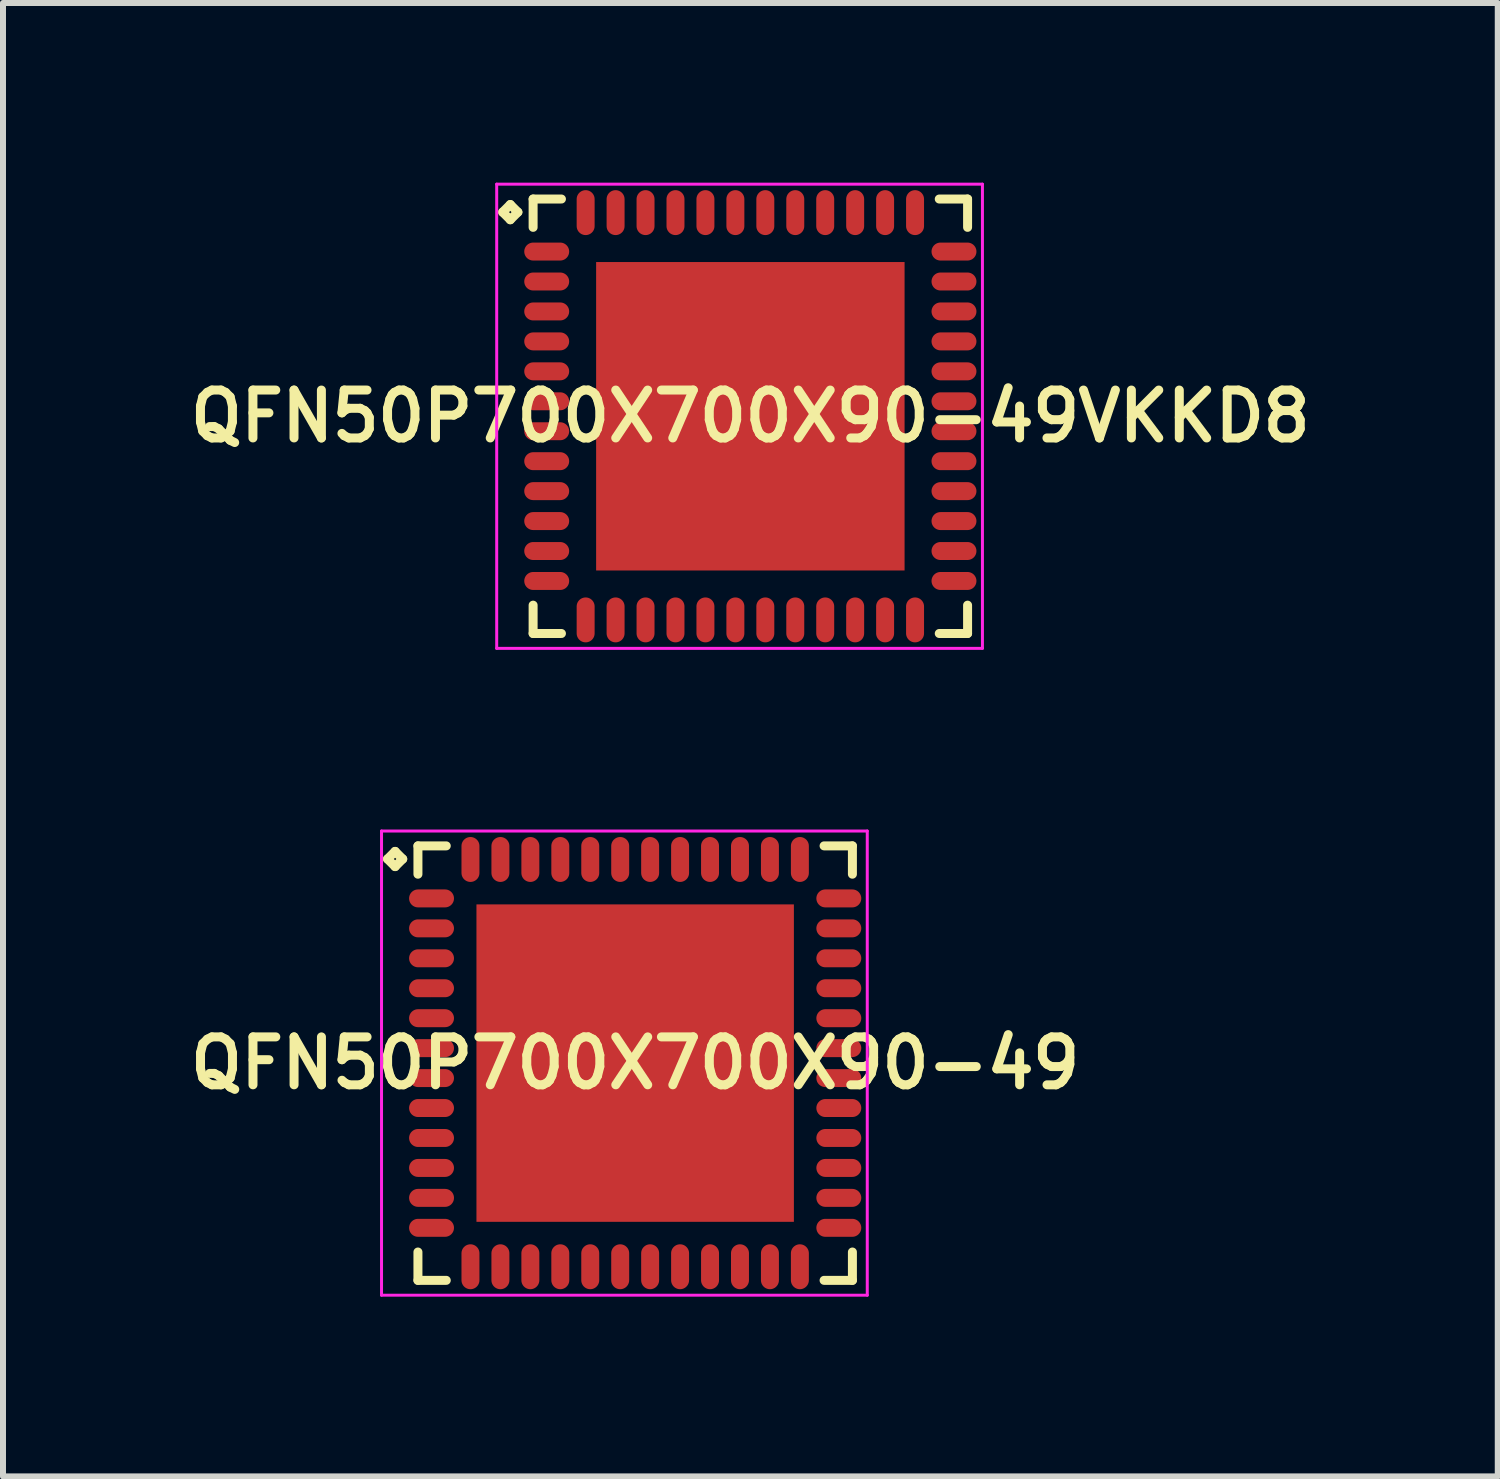
<source format=kicad_pcb>
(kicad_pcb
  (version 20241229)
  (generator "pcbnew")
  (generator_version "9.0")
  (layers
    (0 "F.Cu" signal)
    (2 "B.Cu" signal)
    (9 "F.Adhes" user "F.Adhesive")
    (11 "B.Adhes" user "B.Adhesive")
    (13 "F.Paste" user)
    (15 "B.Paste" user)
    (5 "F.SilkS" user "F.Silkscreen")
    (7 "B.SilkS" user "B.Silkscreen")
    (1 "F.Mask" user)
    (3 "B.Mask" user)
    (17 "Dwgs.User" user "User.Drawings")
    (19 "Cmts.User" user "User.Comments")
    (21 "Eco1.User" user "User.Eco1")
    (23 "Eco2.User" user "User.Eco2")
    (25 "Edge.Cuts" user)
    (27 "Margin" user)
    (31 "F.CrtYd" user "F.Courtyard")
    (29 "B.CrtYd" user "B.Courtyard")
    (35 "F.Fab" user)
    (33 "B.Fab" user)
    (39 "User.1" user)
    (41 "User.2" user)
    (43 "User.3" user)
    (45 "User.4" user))
  (footprint "QFN50P700X700X90-49VKKD8"
    (layer "F.Cu")
    (at 9.478 3.9)
    (property "Reference" "QFN50P700X700X90-49VKKD8" (at 0 0 0) (layer "F.SilkS") (effects (font (size 0.8 0.8) (thickness 0.15))))
    (attr smd)
    (fp_line (start -4.135 -3.408) (end -4.008 -3.535) (stroke (width 0.15) (type solid)) (layer "F.SilkS"))
    (fp_line (start -4.008 -3.535) (end -3.881 -3.408) (stroke (width 0.15) (type solid)) (layer "F.SilkS"))
    (fp_line (start -4.008 -3.281) (end -4.135 -3.408) (stroke (width 0.15) (type solid)) (layer "F.SilkS"))
    (fp_line (start -3.881 -3.408) (end -4.008 -3.281) (stroke (width 0.15) (type solid)) (layer "F.SilkS"))
    (fp_line (start -3.627 -3.627) (end -3.154 -3.627) (stroke (width 0.15) (type solid)) (layer "F.SilkS"))
    (fp_line (start -3.627 -3.154) (end -3.627 -3.627) (stroke (width 0.15) (type solid)) (layer "F.SilkS"))
    (fp_line (start -3.627 3.154) (end -3.627 3.627) (stroke (width 0.15) (type solid)) (layer "F.SilkS"))
    (fp_line (start -3.627 3.627) (end -3.154 3.627) (stroke (width 0.15) (type solid)) (layer "F.SilkS"))
    (fp_line (start 3.154 -3.627) (end 3.627 -3.627) (stroke (width 0.15) (type solid)) (layer "F.SilkS"))
    (fp_line (start 3.154 3.627) (end 3.627 3.627) (stroke (width 0.15) (type solid)) (layer "F.SilkS"))
    (fp_line (start 3.627 -3.627) (end 3.627 -3.154) (stroke (width 0.15) (type solid)) (layer "F.SilkS"))
    (fp_line (start 3.627 3.627) (end 3.627 3.154) (stroke (width 0.15) (type solid)) (layer "F.SilkS"))
    (fp_line (start -4.235 -3.875) (end 3.875 -3.875) (stroke (width 0.05) (type solid)) (layer "F.CrtYd"))
    (fp_line (start -4.235 3.875) (end -4.235 -3.875) (stroke (width 0.05) (type solid)) (layer "F.CrtYd"))
    (fp_line (start 3.875 -3.875) (end 3.875 3.875) (stroke (width 0.05) (type solid)) (layer "F.CrtYd"))
    (fp_line (start 3.875 3.875) (end -4.235 3.875) (stroke (width 0.05) (type solid)) (layer "F.CrtYd"))
    (pad "1" smd oval (at -3.4 -2.75) (size 0.75 0.3) (layers "F.Cu" "F.Mask" "F.Paste"))
    (pad "2" smd oval (at -3.4 -2.25) (size 0.75 0.3) (layers "F.Cu" "F.Mask" "F.Paste"))
    (pad "3" smd oval (at -3.4 -1.75) (size 0.75 0.3) (layers "F.Cu" "F.Mask" "F.Paste"))
    (pad "4" smd oval (at -3.4 -1.25) (size 0.75 0.3) (layers "F.Cu" "F.Mask" "F.Paste"))
    (pad "5" smd oval (at -3.4 -0.75) (size 0.75 0.3) (layers "F.Cu" "F.Mask" "F.Paste"))
    (pad "6" smd oval (at -3.4 -0.25) (size 0.75 0.3) (layers "F.Cu" "F.Mask" "F.Paste"))
    (pad "7" smd oval (at -3.4 0.25) (size 0.75 0.3) (layers "F.Cu" "F.Mask" "F.Paste"))
    (pad "8" smd oval (at -3.4 0.75) (size 0.75 0.3) (layers "F.Cu" "F.Mask" "F.Paste"))
    (pad "9" smd oval (at -3.4 1.25) (size 0.75 0.3) (layers "F.Cu" "F.Mask" "F.Paste"))
    (pad "10" smd oval (at -3.4 1.75) (size 0.75 0.3) (layers "F.Cu" "F.Mask" "F.Paste"))
    (pad "11" smd oval (at -3.4 2.25) (size 0.75 0.3) (layers "F.Cu" "F.Mask" "F.Paste"))
    (pad "12" smd oval (at -3.4 2.75) (size 0.75 0.3) (layers "F.Cu" "F.Mask" "F.Paste"))
    (pad "13" smd oval (at -2.75 3.4) (size 0.3 0.75) (layers "F.Cu" "F.Mask" "F.Paste"))
    (pad "14" smd oval (at -2.25 3.4) (size 0.3 0.75) (layers "F.Cu" "F.Mask" "F.Paste"))
    (pad "15" smd oval (at -1.75 3.4) (size 0.3 0.75) (layers "F.Cu" "F.Mask" "F.Paste"))
    (pad "16" smd oval (at -1.25 3.4) (size 0.3 0.75) (layers "F.Cu" "F.Mask" "F.Paste"))
    (pad "17" smd oval (at -0.75 3.4) (size 0.3 0.75) (layers "F.Cu" "F.Mask" "F.Paste"))
    (pad "18" smd oval (at -0.25 3.4) (size 0.3 0.75) (layers "F.Cu" "F.Mask" "F.Paste"))
    (pad "19" smd oval (at 0.25 3.4) (size 0.3 0.75) (layers "F.Cu" "F.Mask" "F.Paste"))
    (pad "20" smd oval (at 0.75 3.4) (size 0.3 0.75) (layers "F.Cu" "F.Mask" "F.Paste"))
    (pad "21" smd oval (at 1.25 3.4) (size 0.3 0.75) (layers "F.Cu" "F.Mask" "F.Paste"))
    (pad "22" smd oval (at 1.75 3.4) (size 0.3 0.75) (layers "F.Cu" "F.Mask" "F.Paste"))
    (pad "23" smd oval (at 2.25 3.4) (size 0.3 0.75) (layers "F.Cu" "F.Mask" "F.Paste"))
    (pad "24" smd oval (at 2.75 3.4) (size 0.3 0.75) (layers "F.Cu" "F.Mask" "F.Paste"))
    (pad "25" smd oval (at 3.4 2.75) (size 0.75 0.3) (layers "F.Cu" "F.Mask" "F.Paste"))
    (pad "26" smd oval (at 3.4 2.25) (size 0.75 0.3) (layers "F.Cu" "F.Mask" "F.Paste"))
    (pad "27" smd oval (at 3.4 1.75) (size 0.75 0.3) (layers "F.Cu" "F.Mask" "F.Paste"))
    (pad "28" smd oval (at 3.4 1.25) (size 0.75 0.3) (layers "F.Cu" "F.Mask" "F.Paste"))
    (pad "29" smd oval (at 3.4 0.75) (size 0.75 0.3) (layers "F.Cu" "F.Mask" "F.Paste"))
    (pad "30" smd oval (at 3.4 0.25) (size 0.75 0.3) (layers "F.Cu" "F.Mask" "F.Paste"))
    (pad "31" smd oval (at 3.4 -0.25) (size 0.75 0.3) (layers "F.Cu" "F.Mask" "F.Paste"))
    (pad "32" smd oval (at 3.4 -0.75) (size 0.75 0.3) (layers "F.Cu" "F.Mask" "F.Paste"))
    (pad "33" smd oval (at 3.4 -1.25) (size 0.75 0.3) (layers "F.Cu" "F.Mask" "F.Paste"))
    (pad "34" smd oval (at 3.4 -1.75) (size 0.75 0.3) (layers "F.Cu" "F.Mask" "F.Paste"))
    (pad "35" smd oval (at 3.4 -2.25) (size 0.75 0.3) (layers "F.Cu" "F.Mask" "F.Paste"))
    (pad "36" smd oval (at 3.4 -2.75) (size 0.75 0.3) (layers "F.Cu" "F.Mask" "F.Paste"))
    (pad "37" smd oval (at 2.75 -3.4) (size 0.3 0.75) (layers "F.Cu" "F.Mask" "F.Paste"))
    (pad "38" smd oval (at 2.25 -3.4) (size 0.3 0.75) (layers "F.Cu" "F.Mask" "F.Paste"))
    (pad "39" smd oval (at 1.75 -3.4) (size 0.3 0.75) (layers "F.Cu" "F.Mask" "F.Paste"))
    (pad "40" smd oval (at 1.25 -3.4) (size 0.3 0.75) (layers "F.Cu" "F.Mask" "F.Paste"))
    (pad "41" smd oval (at 0.75 -3.4) (size 0.3 0.75) (layers "F.Cu" "F.Mask" "F.Paste"))
    (pad "42" smd oval (at 0.25 -3.4) (size 0.3 0.75) (layers "F.Cu" "F.Mask" "F.Paste"))
    (pad "43" smd oval (at -0.25 -3.4) (size 0.3 0.75) (layers "F.Cu" "F.Mask" "F.Paste"))
    (pad "44" smd oval (at -0.75 -3.4) (size 0.3 0.75) (layers "F.Cu" "F.Mask" "F.Paste"))
    (pad "45" smd oval (at -1.25 -3.4) (size 0.3 0.75) (layers "F.Cu" "F.Mask" "F.Paste"))
    (pad "46" smd oval (at -1.75 -3.4) (size 0.3 0.75) (layers "F.Cu" "F.Mask" "F.Paste"))
    (pad "47" smd oval (at -2.25 -3.4) (size 0.3 0.75) (layers "F.Cu" "F.Mask" "F.Paste"))
    (pad "48" smd oval (at -2.75 -3.4) (size 0.3 0.75) (layers "F.Cu" "F.Mask" "F.Paste"))
    (pad "49" smd rect (at 0 0) (size 5.15 5.15) (layers "F.Cu" "F.Mask" "F.Paste")))
  (footprint "QFN50P700X700X90-49"
    (layer "F.Cu")
    (at 7.555 14.7)
    (property "Reference" "QFN50P700X700X90-49" (at 0 0 0) (layer "F.SilkS") (effects (font (size 0.8 0.8) (thickness 0.15))))
    (attr smd)
    (fp_line (start -4.135 -3.408) (end -4.008 -3.535) (stroke (width 0.15) (type solid)) (layer "F.SilkS"))
    (fp_line (start -4.008 -3.535) (end -3.881 -3.408) (stroke (width 0.15) (type solid)) (layer "F.SilkS"))
    (fp_line (start -4.008 -3.281) (end -4.135 -3.408) (stroke (width 0.15) (type solid)) (layer "F.SilkS"))
    (fp_line (start -3.881 -3.408) (end -4.008 -3.281) (stroke (width 0.15) (type solid)) (layer "F.SilkS"))
    (fp_line (start -3.627 -3.627) (end -3.154 -3.627) (stroke (width 0.15) (type solid)) (layer "F.SilkS"))
    (fp_line (start -3.627 -3.154) (end -3.627 -3.627) (stroke (width 0.15) (type solid)) (layer "F.SilkS"))
    (fp_line (start -3.627 3.154) (end -3.627 3.627) (stroke (width 0.15) (type solid)) (layer "F.SilkS"))
    (fp_line (start -3.627 3.627) (end -3.154 3.627) (stroke (width 0.15) (type solid)) (layer "F.SilkS"))
    (fp_line (start 3.154 -3.627) (end 3.627 -3.627) (stroke (width 0.15) (type solid)) (layer "F.SilkS"))
    (fp_line (start 3.154 3.627) (end 3.627 3.627) (stroke (width 0.15) (type solid)) (layer "F.SilkS"))
    (fp_line (start 3.627 -3.627) (end 3.627 -3.154) (stroke (width 0.15) (type solid)) (layer "F.SilkS"))
    (fp_line (start 3.627 3.627) (end 3.627 3.154) (stroke (width 0.15) (type solid)) (layer "F.SilkS"))
    (fp_line (start -4.235 -3.875) (end 3.875 -3.875) (stroke (width 0.05) (type solid)) (layer "F.CrtYd"))
    (fp_line (start -4.235 3.875) (end -4.235 -3.875) (stroke (width 0.05) (type solid)) (layer "F.CrtYd"))
    (fp_line (start 3.875 -3.875) (end 3.875 3.875) (stroke (width 0.05) (type solid)) (layer "F.CrtYd"))
    (fp_line (start 3.875 3.875) (end -4.235 3.875) (stroke (width 0.05) (type solid)) (layer "F.CrtYd"))
    (pad "1" smd oval (at -3.4 -2.75) (size 0.75 0.3) (layers "F.Cu" "F.Mask" "F.Paste"))
    (pad "2" smd oval (at -3.4 -2.25) (size 0.75 0.3) (layers "F.Cu" "F.Mask" "F.Paste"))
    (pad "3" smd oval (at -3.4 -1.75) (size 0.75 0.3) (layers "F.Cu" "F.Mask" "F.Paste"))
    (pad "4" smd oval (at -3.4 -1.25) (size 0.75 0.3) (layers "F.Cu" "F.Mask" "F.Paste"))
    (pad "5" smd oval (at -3.4 -0.75) (size 0.75 0.3) (layers "F.Cu" "F.Mask" "F.Paste"))
    (pad "6" smd oval (at -3.4 -0.25) (size 0.75 0.3) (layers "F.Cu" "F.Mask" "F.Paste"))
    (pad "7" smd oval (at -3.4 0.25) (size 0.75 0.3) (layers "F.Cu" "F.Mask" "F.Paste"))
    (pad "8" smd oval (at -3.4 0.75) (size 0.75 0.3) (layers "F.Cu" "F.Mask" "F.Paste"))
    (pad "9" smd oval (at -3.4 1.25) (size 0.75 0.3) (layers "F.Cu" "F.Mask" "F.Paste"))
    (pad "10" smd oval (at -3.4 1.75) (size 0.75 0.3) (layers "F.Cu" "F.Mask" "F.Paste"))
    (pad "11" smd oval (at -3.4 2.25) (size 0.75 0.3) (layers "F.Cu" "F.Mask" "F.Paste"))
    (pad "12" smd oval (at -3.4 2.75) (size 0.75 0.3) (layers "F.Cu" "F.Mask" "F.Paste"))
    (pad "13" smd oval (at -2.75 3.4) (size 0.3 0.75) (layers "F.Cu" "F.Mask" "F.Paste"))
    (pad "14" smd oval (at -2.25 3.4) (size 0.3 0.75) (layers "F.Cu" "F.Mask" "F.Paste"))
    (pad "15" smd oval (at -1.75 3.4) (size 0.3 0.75) (layers "F.Cu" "F.Mask" "F.Paste"))
    (pad "16" smd oval (at -1.25 3.4) (size 0.3 0.75) (layers "F.Cu" "F.Mask" "F.Paste"))
    (pad "17" smd oval (at -0.75 3.4) (size 0.3 0.75) (layers "F.Cu" "F.Mask" "F.Paste"))
    (pad "18" smd oval (at -0.25 3.4) (size 0.3 0.75) (layers "F.Cu" "F.Mask" "F.Paste"))
    (pad "19" smd oval (at 0.25 3.4) (size 0.3 0.75) (layers "F.Cu" "F.Mask" "F.Paste"))
    (pad "20" smd oval (at 0.75 3.4) (size 0.3 0.75) (layers "F.Cu" "F.Mask" "F.Paste"))
    (pad "21" smd oval (at 1.25 3.4) (size 0.3 0.75) (layers "F.Cu" "F.Mask" "F.Paste"))
    (pad "22" smd oval (at 1.75 3.4) (size 0.3 0.75) (layers "F.Cu" "F.Mask" "F.Paste"))
    (pad "23" smd oval (at 2.25 3.4) (size 0.3 0.75) (layers "F.Cu" "F.Mask" "F.Paste"))
    (pad "24" smd oval (at 2.75 3.4) (size 0.3 0.75) (layers "F.Cu" "F.Mask" "F.Paste"))
    (pad "25" smd oval (at 3.4 2.75) (size 0.75 0.3) (layers "F.Cu" "F.Mask" "F.Paste"))
    (pad "26" smd oval (at 3.4 2.25) (size 0.75 0.3) (layers "F.Cu" "F.Mask" "F.Paste"))
    (pad "27" smd oval (at 3.4 1.75) (size 0.75 0.3) (layers "F.Cu" "F.Mask" "F.Paste"))
    (pad "28" smd oval (at 3.4 1.25) (size 0.75 0.3) (layers "F.Cu" "F.Mask" "F.Paste"))
    (pad "29" smd oval (at 3.4 0.75) (size 0.75 0.3) (layers "F.Cu" "F.Mask" "F.Paste"))
    (pad "30" smd oval (at 3.4 0.25) (size 0.75 0.3) (layers "F.Cu" "F.Mask" "F.Paste"))
    (pad "31" smd oval (at 3.4 -0.25) (size 0.75 0.3) (layers "F.Cu" "F.Mask" "F.Paste"))
    (pad "32" smd oval (at 3.4 -0.75) (size 0.75 0.3) (layers "F.Cu" "F.Mask" "F.Paste"))
    (pad "33" smd oval (at 3.4 -1.25) (size 0.75 0.3) (layers "F.Cu" "F.Mask" "F.Paste"))
    (pad "34" smd oval (at 3.4 -1.75) (size 0.75 0.3) (layers "F.Cu" "F.Mask" "F.Paste"))
    (pad "35" smd oval (at 3.4 -2.25) (size 0.75 0.3) (layers "F.Cu" "F.Mask" "F.Paste"))
    (pad "36" smd oval (at 3.4 -2.75) (size 0.75 0.3) (layers "F.Cu" "F.Mask" "F.Paste"))
    (pad "37" smd oval (at 2.75 -3.4) (size 0.3 0.75) (layers "F.Cu" "F.Mask" "F.Paste"))
    (pad "38" smd oval (at 2.25 -3.4) (size 0.3 0.75) (layers "F.Cu" "F.Mask" "F.Paste"))
    (pad "39" smd oval (at 1.75 -3.4) (size 0.3 0.75) (layers "F.Cu" "F.Mask" "F.Paste"))
    (pad "40" smd oval (at 1.25 -3.4) (size 0.3 0.75) (layers "F.Cu" "F.Mask" "F.Paste"))
    (pad "41" smd oval (at 0.75 -3.4) (size 0.3 0.75) (layers "F.Cu" "F.Mask" "F.Paste"))
    (pad "42" smd oval (at 0.25 -3.4) (size 0.3 0.75) (layers "F.Cu" "F.Mask" "F.Paste"))
    (pad "43" smd oval (at -0.25 -3.4) (size 0.3 0.75) (layers "F.Cu" "F.Mask" "F.Paste"))
    (pad "44" smd oval (at -0.75 -3.4) (size 0.3 0.75) (layers "F.Cu" "F.Mask" "F.Paste"))
    (pad "45" smd oval (at -1.25 -3.4) (size 0.3 0.75) (layers "F.Cu" "F.Mask" "F.Paste"))
    (pad "46" smd oval (at -1.75 -3.4) (size 0.3 0.75) (layers "F.Cu" "F.Mask" "F.Paste"))
    (pad "47" smd oval (at -2.25 -3.4) (size 0.3 0.75) (layers "F.Cu" "F.Mask" "F.Paste"))
    (pad "48" smd oval (at -2.75 -3.4) (size 0.3 0.75) (layers "F.Cu" "F.Mask" "F.Paste"))
    (pad "49" smd rect (at 0 0) (size 5.3 5.3) (layers "F.Cu" "F.Mask" "F.Paste")))
  (gr_rect
    (start -3 -3)
    (end 21.957 21.6)
    (stroke (width 0.1) (type default))
    (fill no)
    (layer "Edge.Cuts")))
</source>
